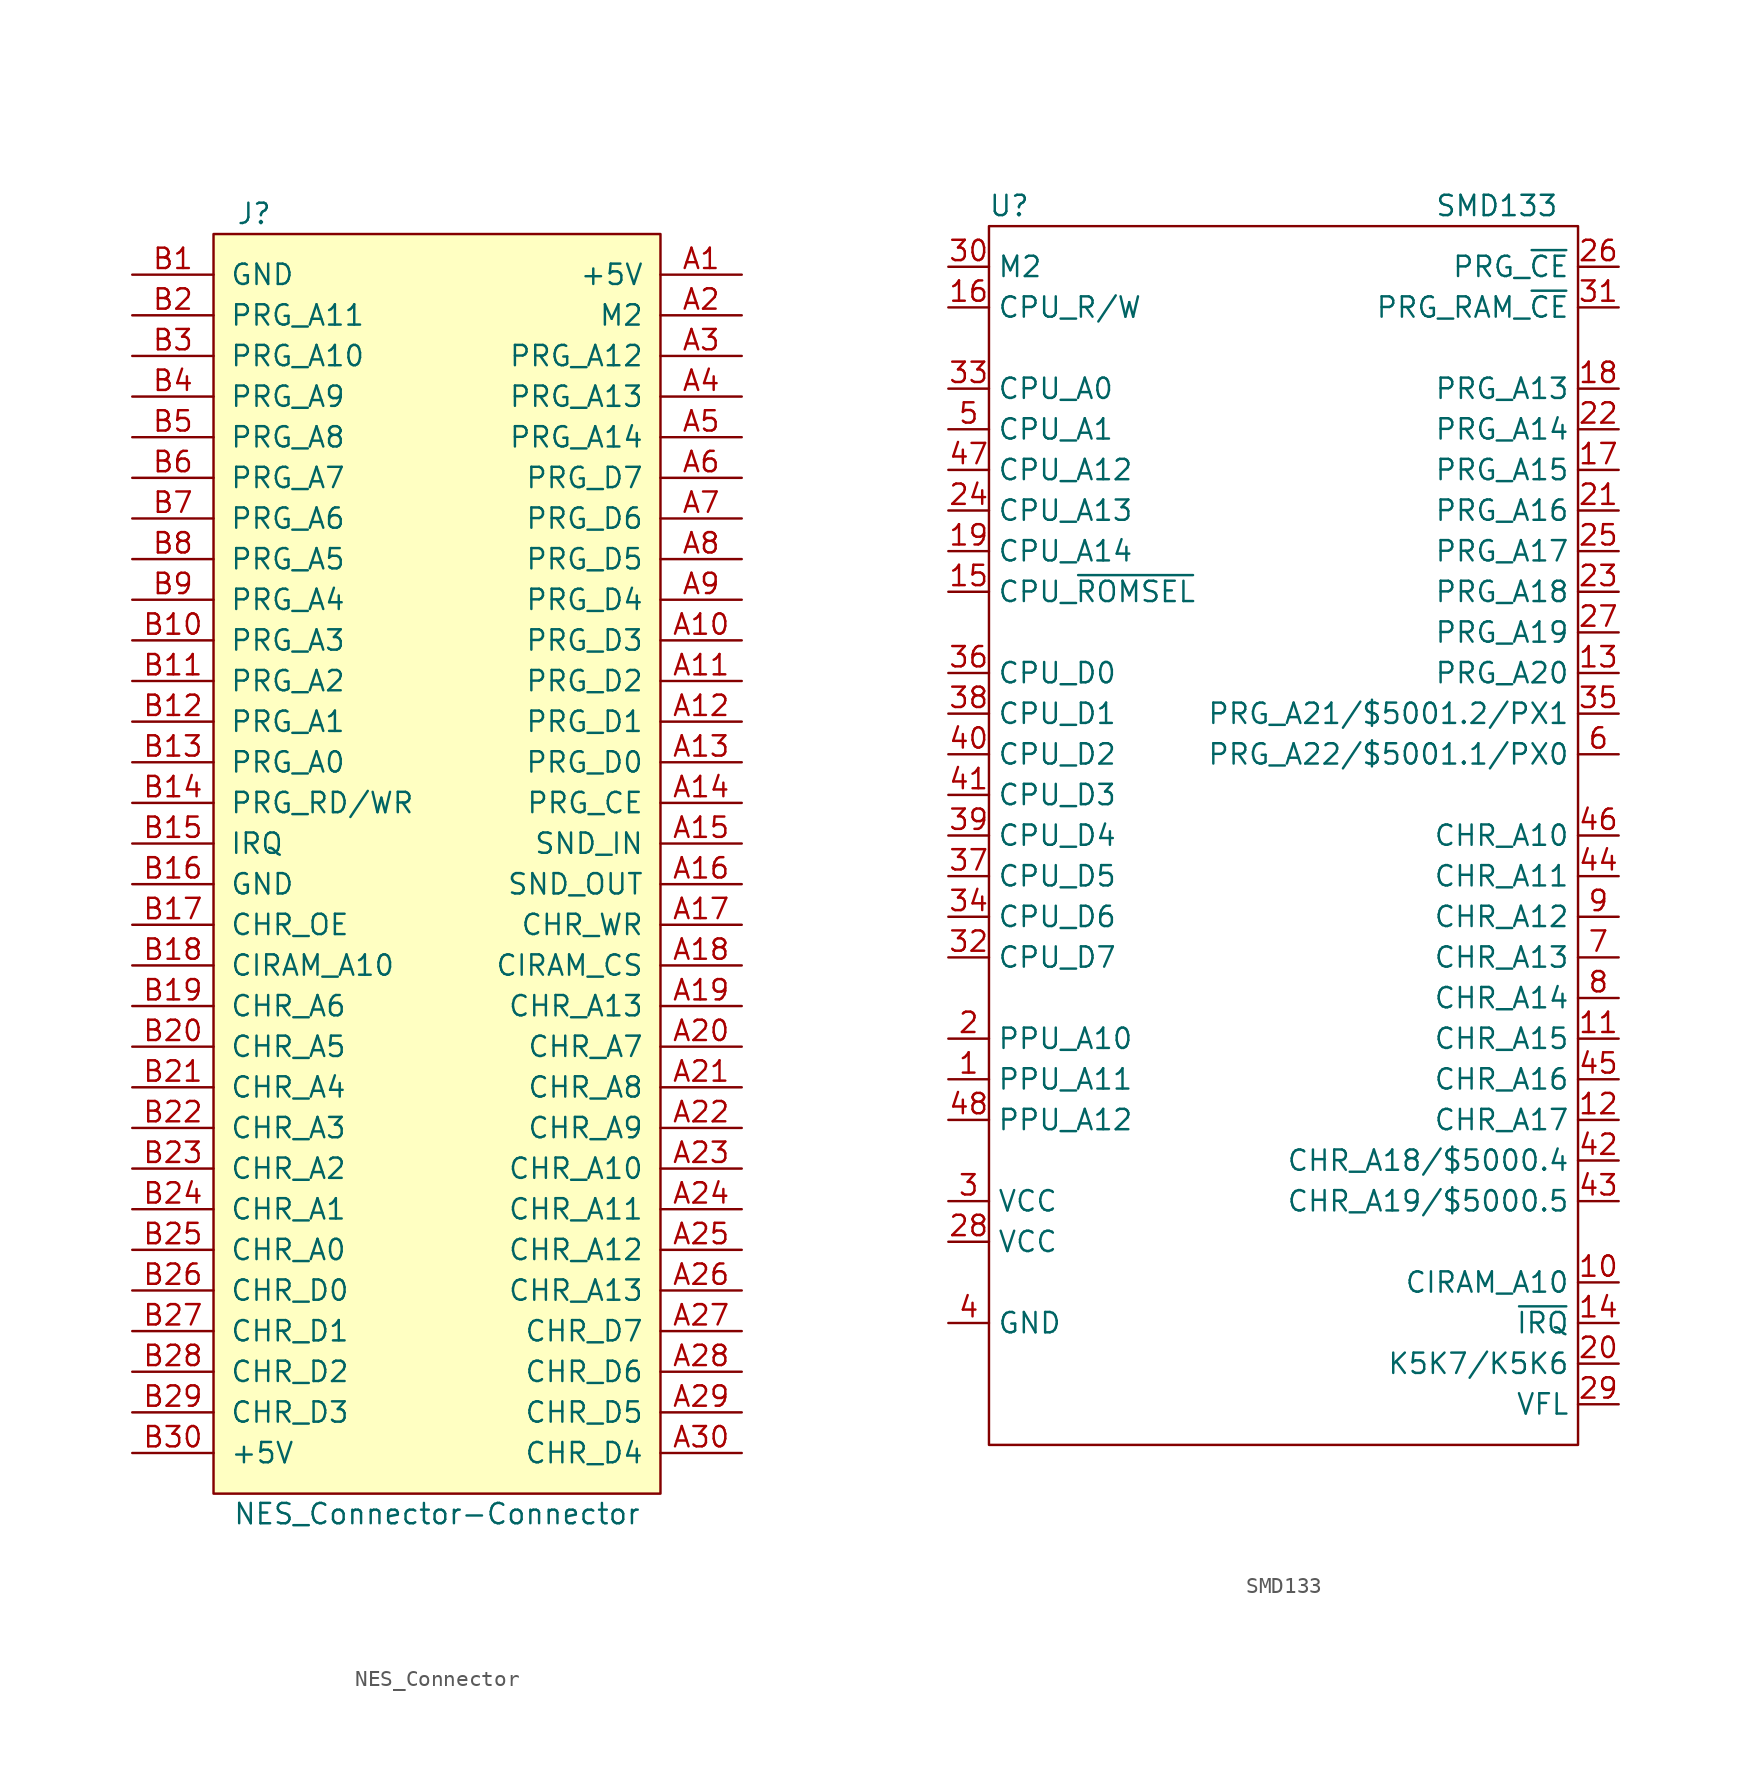
<source format=kicad_sym>
(kicad_symbol_lib
  (version 20231120)
  (generator "kicad_symbol_editor")
  (generator_version "8.0")
  (symbol "NES_Connector"
    (pin_names
      (offset 1.016))
    (property "Reference" "J"
      (at -11.43 30.48 0)
      (effects (font (size 1.27 1.27))))
    (property "Value" "NES_Connector-Connector"
      (at 0 -50.8 0)
      (effects (font (size 1.27 1.27))))
    (symbol "NES_Connector_0_1"
      (rectangle (start -13.97 29.21) (end 13.97 -49.53) (stroke (width 0) (type default)) (fill (type background))))
    (symbol "NES_Connector_1_1"
      (pin power_out line (at 19.05 26.67 180) (length 5.08) (name "+5V" (effects (font (size 1.27 1.27)))) (number "A1" (effects (font (size 1.27 1.27)))))
      (pin passive line (at 19.05 3.81 180) (length 5.08) (name "PRG_D3" (effects (font (size 1.27 1.27)))) (number "A10" (effects (font (size 1.27 1.27)))))
      (pin passive line (at 19.05 1.27 180) (length 5.08) (name "PRG_D2" (effects (font (size 1.27 1.27)))) (number "A11" (effects (font (size 1.27 1.27)))))
      (pin passive line (at 19.05 -1.27 180) (length 5.08) (name "PRG_D1" (effects (font (size 1.27 1.27)))) (number "A12" (effects (font (size 1.27 1.27)))))
      (pin passive line (at 19.05 -3.81 180) (length 5.08) (name "PRG_D0" (effects (font (size 1.27 1.27)))) (number "A13" (effects (font (size 1.27 1.27)))))
      (pin passive line (at 19.05 -6.35 180) (length 5.08) (name "PRG_CE" (effects (font (size 1.27 1.27)))) (number "A14" (effects (font (size 1.27 1.27)))))
      (pin passive line (at 19.05 -8.89 180) (length 5.08) (name "SND_IN" (effects (font (size 1.27 1.27)))) (number "A15" (effects (font (size 1.27 1.27)))))
      (pin passive line (at 19.05 -11.43 180) (length 5.08) (name "SND_OUT" (effects (font (size 1.27 1.27)))) (number "A16" (effects (font (size 1.27 1.27)))))
      (pin passive line (at 19.05 -13.97 180) (length 5.08) (name "CHR_WR" (effects (font (size 1.27 1.27)))) (number "A17" (effects (font (size 1.27 1.27)))))
      (pin passive line (at 19.05 -16.51 180) (length 5.08) (name "CIRAM_CS" (effects (font (size 1.27 1.27)))) (number "A18" (effects (font (size 1.27 1.27)))))
      (pin passive line (at 19.05 -19.05 180) (length 5.08) (name "CHR_A13" (effects (font (size 1.27 1.27)))) (number "A19" (effects (font (size 1.27 1.27)))))
      (pin passive line (at 19.05 24.13 180) (length 5.08) (name "M2" (effects (font (size 1.27 1.27)))) (number "A2" (effects (font (size 1.27 1.27)))))
      (pin passive line (at 19.05 -21.59 180) (length 5.08) (name "CHR_A7" (effects (font (size 1.27 1.27)))) (number "A20" (effects (font (size 1.27 1.27)))))
      (pin passive line (at 19.05 -24.13 180) (length 5.08) (name "CHR_A8" (effects (font (size 1.27 1.27)))) (number "A21" (effects (font (size 1.27 1.27)))))
      (pin passive line (at 19.05 -26.67 180) (length 5.08) (name "CHR_A9" (effects (font (size 1.27 1.27)))) (number "A22" (effects (font (size 1.27 1.27)))))
      (pin passive line (at 19.05 -29.21 180) (length 5.08) (name "CHR_A10" (effects (font (size 1.27 1.27)))) (number "A23" (effects (font (size 1.27 1.27)))))
      (pin passive line (at 19.05 -31.75 180) (length 5.08) (name "CHR_A11" (effects (font (size 1.27 1.27)))) (number "A24" (effects (font (size 1.27 1.27)))))
      (pin passive line (at 19.05 -34.29 180) (length 5.08) (name "CHR_A12" (effects (font (size 1.27 1.27)))) (number "A25" (effects (font (size 1.27 1.27)))))
      (pin passive line (at 19.05 -36.83 180) (length 5.08) (name "CHR_A13" (effects (font (size 1.27 1.27)))) (number "A26" (effects (font (size 1.27 1.27)))))
      (pin passive line (at 19.05 -39.37 180) (length 5.08) (name "CHR_D7" (effects (font (size 1.27 1.27)))) (number "A27" (effects (font (size 1.27 1.27)))))
      (pin passive line (at 19.05 -41.91 180) (length 5.08) (name "CHR_D6" (effects (font (size 1.27 1.27)))) (number "A28" (effects (font (size 1.27 1.27)))))
      (pin passive line (at 19.05 -44.45 180) (length 5.08) (name "CHR_D5" (effects (font (size 1.27 1.27)))) (number "A29" (effects (font (size 1.27 1.27)))))
      (pin passive line (at 19.05 21.59 180) (length 5.08) (name "PRG_A12" (effects (font (size 1.27 1.27)))) (number "A3" (effects (font (size 1.27 1.27)))))
      (pin passive line (at 19.05 -46.99 180) (length 5.08) (name "CHR_D4" (effects (font (size 1.27 1.27)))) (number "A30" (effects (font (size 1.27 1.27)))))
      (pin passive line (at 19.05 19.05 180) (length 5.08) (name "PRG_A13" (effects (font (size 1.27 1.27)))) (number "A4" (effects (font (size 1.27 1.27)))))
      (pin passive line (at 19.05 16.51 180) (length 5.08) (name "PRG_A14" (effects (font (size 1.27 1.27)))) (number "A5" (effects (font (size 1.27 1.27)))))
      (pin passive line (at 19.05 13.97 180) (length 5.08) (name "PRG_D7" (effects (font (size 1.27 1.27)))) (number "A6" (effects (font (size 1.27 1.27)))))
      (pin passive line (at 19.05 11.43 180) (length 5.08) (name "PRG_D6" (effects (font (size 1.27 1.27)))) (number "A7" (effects (font (size 1.27 1.27)))))
      (pin passive line (at 19.05 8.89 180) (length 5.08) (name "PRG_D5" (effects (font (size 1.27 1.27)))) (number "A8" (effects (font (size 1.27 1.27)))))
      (pin passive line (at 19.05 6.35 180) (length 5.08) (name "PRG_D4" (effects (font (size 1.27 1.27)))) (number "A9" (effects (font (size 1.27 1.27)))))
      (pin power_out line (at -19.05 26.67 0) (length 5.08) (name "GND" (effects (font (size 1.27 1.27)))) (number "B1" (effects (font (size 1.27 1.27)))))
      (pin passive line (at -19.05 3.81 0) (length 5.08) (name "PRG_A3" (effects (font (size 1.27 1.27)))) (number "B10" (effects (font (size 1.27 1.27)))))
      (pin passive line (at -19.05 1.27 0) (length 5.08) (name "PRG_A2" (effects (font (size 1.27 1.27)))) (number "B11" (effects (font (size 1.27 1.27)))))
      (pin passive line (at -19.05 -1.27 0) (length 5.08) (name "PRG_A1" (effects (font (size 1.27 1.27)))) (number "B12" (effects (font (size 1.27 1.27)))))
      (pin passive line (at -19.05 -3.81 0) (length 5.08) (name "PRG_A0" (effects (font (size 1.27 1.27)))) (number "B13" (effects (font (size 1.27 1.27)))))
      (pin passive line (at -19.05 -6.35 0) (length 5.08) (name "PRG_RD/WR" (effects (font (size 1.27 1.27)))) (number "B14" (effects (font (size 1.27 1.27)))))
      (pin passive line (at -19.05 -8.89 0) (length 5.08) (name "IRQ" (effects (font (size 1.27 1.27)))) (number "B15" (effects (font (size 1.27 1.27)))))
      (pin passive line (at -19.05 -11.43 0) (length 5.08) (name "GND" (effects (font (size 1.27 1.27)))) (number "B16" (effects (font (size 1.27 1.27)))))
      (pin passive line (at -19.05 -13.97 0) (length 5.08) (name "CHR_OE" (effects (font (size 1.27 1.27)))) (number "B17" (effects (font (size 1.27 1.27)))))
      (pin passive line (at -19.05 -16.51 0) (length 5.08) (name "CIRAM_A10" (effects (font (size 1.27 1.27)))) (number "B18" (effects (font (size 1.27 1.27)))))
      (pin passive line (at -19.05 -19.05 0) (length 5.08) (name "CHR_A6" (effects (font (size 1.27 1.27)))) (number "B19" (effects (font (size 1.27 1.27)))))
      (pin passive line (at -19.05 24.13 0) (length 5.08) (name "PRG_A11" (effects (font (size 1.27 1.27)))) (number "B2" (effects (font (size 1.27 1.27)))))
      (pin passive line (at -19.05 -21.59 0) (length 5.08) (name "CHR_A5" (effects (font (size 1.27 1.27)))) (number "B20" (effects (font (size 1.27 1.27)))))
      (pin passive line (at -19.05 -24.13 0) (length 5.08) (name "CHR_A4" (effects (font (size 1.27 1.27)))) (number "B21" (effects (font (size 1.27 1.27)))))
      (pin passive line (at -19.05 -26.67 0) (length 5.08) (name "CHR_A3" (effects (font (size 1.27 1.27)))) (number "B22" (effects (font (size 1.27 1.27)))))
      (pin passive line (at -19.05 -29.21 0) (length 5.08) (name "CHR_A2" (effects (font (size 1.27 1.27)))) (number "B23" (effects (font (size 1.27 1.27)))))
      (pin passive line (at -19.05 -31.75 0) (length 5.08) (name "CHR_A1" (effects (font (size 1.27 1.27)))) (number "B24" (effects (font (size 1.27 1.27)))))
      (pin passive line (at -19.05 -34.29 0) (length 5.08) (name "CHR_A0" (effects (font (size 1.27 1.27)))) (number "B25" (effects (font (size 1.27 1.27)))))
      (pin passive line (at -19.05 -36.83 0) (length 5.08) (name "CHR_D0" (effects (font (size 1.27 1.27)))) (number "B26" (effects (font (size 1.27 1.27)))))
      (pin passive line (at -19.05 -39.37 0) (length 5.08) (name "CHR_D1" (effects (font (size 1.27 1.27)))) (number "B27" (effects (font (size 1.27 1.27)))))
      (pin passive line (at -19.05 -41.91 0) (length 5.08) (name "CHR_D2" (effects (font (size 1.27 1.27)))) (number "B28" (effects (font (size 1.27 1.27)))))
      (pin passive line (at -19.05 -44.45 0) (length 5.08) (name "CHR_D3" (effects (font (size 1.27 1.27)))) (number "B29" (effects (font (size 1.27 1.27)))))
      (pin passive line (at -19.05 21.59 0) (length 5.08) (name "PRG_A10" (effects (font (size 1.27 1.27)))) (number "B3" (effects (font (size 1.27 1.27)))))
      (pin passive line (at -19.05 -46.99 0) (length 5.08) (name "+5V" (effects (font (size 1.27 1.27)))) (number "B30" (effects (font (size 1.27 1.27)))))
      (pin passive line (at -19.05 19.05 0) (length 5.08) (name "PRG_A9" (effects (font (size 1.27 1.27)))) (number "B4" (effects (font (size 1.27 1.27)))))
      (pin passive line (at -19.05 16.51 0) (length 5.08) (name "PRG_A8" (effects (font (size 1.27 1.27)))) (number "B5" (effects (font (size 1.27 1.27)))))
      (pin passive line (at -19.05 13.97 0) (length 5.08) (name "PRG_A7" (effects (font (size 1.27 1.27)))) (number "B6" (effects (font (size 1.27 1.27)))))
      (pin passive line (at -19.05 11.43 0) (length 5.08) (name "PRG_A6" (effects (font (size 1.27 1.27)))) (number "B7" (effects (font (size 1.27 1.27)))))
      (pin passive line (at -19.05 8.89 0) (length 5.08) (name "PRG_A5" (effects (font (size 1.27 1.27)))) (number "B8" (effects (font (size 1.27 1.27)))))
      (pin passive line (at -19.05 6.35 0) (length 5.08) (name "PRG_A4" (effects (font (size 1.27 1.27)))) (number "B9" (effects (font (size 1.27 1.27)))))))
  (symbol "SMD133"
    (property "Reference" "U"
      (at -17.78 36.83 0)
      (effects (font (size 1.27 1.27))))
    (property "Value" "SMD133"
      (at 12.7 36.83 0)
      (effects (font (size 1.27 1.27))))
    (symbol "SMD133_0_1"
      (rectangle (start -19.05 35.56) (end 17.78 -40.64) (stroke (width 0) (type default)) (fill (type none))))
    (symbol "SMD133_1_1"
      (pin input line (at -21.59 -17.78 0) (length 2.54) (name "PPU_A11" (effects (font (size 1.27 1.27)))) (number "1" (effects (font (size 1.27 1.27)))))
      (pin input line (at 20.32 -30.48 180) (length 2.54) (name "CIRAM_A10" (effects (font (size 1.27 1.27)))) (number "10" (effects (font (size 1.27 1.27)))))
      (pin output line (at 20.32 -15.24 180) (length 2.54) (name "CHR_A15" (effects (font (size 1.27 1.27)))) (number "11" (effects (font (size 1.27 1.27)))))
      (pin output line (at 20.32 -20.32 180) (length 2.54) (name "CHR_A17" (effects (font (size 1.27 1.27)))) (number "12" (effects (font (size 1.27 1.27)))))
      (pin output line (at 20.32 7.62 180) (length 2.54) (name "PRG_A20" (effects (font (size 1.27 1.27)))) (number "13" (effects (font (size 1.27 1.27)))))
      (pin input line (at 20.32 -33.02 180) (length 2.54) (name "~{IRQ}" (effects (font (size 1.27 1.27)))) (number "14" (effects (font (size 1.27 1.27)))))
      (pin input line (at -21.59 12.7 0) (length 2.54) (name "CPU_~{ROMSEL}" (effects (font (size 1.27 1.27)))) (number "15" (effects (font (size 1.27 1.27)))))
      (pin input line (at -21.59 30.48 0) (length 2.54) (name "CPU_R/W" (effects (font (size 1.27 1.27)))) (number "16" (effects (font (size 1.27 1.27)))))
      (pin output line (at 20.32 20.32 180) (length 2.54) (name "PRG_A15" (effects (font (size 1.27 1.27)))) (number "17" (effects (font (size 1.27 1.27)))))
      (pin output line (at 20.32 25.4 180) (length 2.54) (name "PRG_A13" (effects (font (size 1.27 1.27)))) (number "18" (effects (font (size 1.27 1.27)))))
      (pin input line (at -21.59 15.24 0) (length 2.54) (name "CPU_A14" (effects (font (size 1.27 1.27)))) (number "19" (effects (font (size 1.27 1.27)))))
      (pin input line (at -21.59 -15.24 0) (length 2.54) (name "PPU_A10" (effects (font (size 1.27 1.27)))) (number "2" (effects (font (size 1.27 1.27)))))
      (pin input line (at 20.32 -35.56 180) (length 2.54) (name "K5K7/K5K6" (effects (font (size 1.27 1.27)))) (number "20" (effects (font (size 1.27 1.27)))))
      (pin output line (at 20.32 17.78 180) (length 2.54) (name "PRG_A16" (effects (font (size 1.27 1.27)))) (number "21" (effects (font (size 1.27 1.27)))))
      (pin output line (at 20.32 22.86 180) (length 2.54) (name "PRG_A14" (effects (font (size 1.27 1.27)))) (number "22" (effects (font (size 1.27 1.27)))))
      (pin output line (at 20.32 12.7 180) (length 2.54) (name "PRG_A18" (effects (font (size 1.27 1.27)))) (number "23" (effects (font (size 1.27 1.27)))))
      (pin input line (at -21.59 17.78 0) (length 2.54) (name "CPU_A13" (effects (font (size 1.27 1.27)))) (number "24" (effects (font (size 1.27 1.27)))))
      (pin output line (at 20.32 15.24 180) (length 2.54) (name "PRG_A17" (effects (font (size 1.27 1.27)))) (number "25" (effects (font (size 1.27 1.27)))))
      (pin output line (at 20.32 33.02 180) (length 2.54) (name "PRG_~{CE}" (effects (font (size 1.27 1.27)))) (number "26" (effects (font (size 1.27 1.27)))))
      (pin output line (at 20.32 10.16 180) (length 2.54) (name "PRG_A19" (effects (font (size 1.27 1.27)))) (number "27" (effects (font (size 1.27 1.27)))))
      (pin power_in line (at -21.59 -27.94 0) (length 2.54) (name "VCC" (effects (font (size 1.27 1.27)))) (number "28" (effects (font (size 1.27 1.27)))))
      (pin input line (at 20.32 -38.1 180) (length 2.54) (name "VFL" (effects (font (size 1.27 1.27)))) (number "29" (effects (font (size 1.27 1.27)))))
      (pin power_in line (at -21.59 -25.4 0) (length 2.54) (name "VCC" (effects (font (size 1.27 1.27)))) (number "3" (effects (font (size 1.27 1.27)))))
      (pin input line (at -21.59 33.02 0) (length 2.54) (name "M2" (effects (font (size 1.27 1.27)))) (number "30" (effects (font (size 1.27 1.27)))))
      (pin output line (at 20.32 30.48 180) (length 2.54) (name "PRG_RAM_~{CE}" (effects (font (size 1.27 1.27)))) (number "31" (effects (font (size 1.27 1.27)))))
      (pin bidirectional line (at -21.59 -10.16 0) (length 2.54) (name "CPU_D7" (effects (font (size 1.27 1.27)))) (number "32" (effects (font (size 1.27 1.27)))))
      (pin input line (at -21.59 25.4 0) (length 2.54) (name "CPU_A0" (effects (font (size 1.27 1.27)))) (number "33" (effects (font (size 1.27 1.27)))))
      (pin bidirectional line (at -21.59 -7.62 0) (length 2.54) (name "CPU_D6" (effects (font (size 1.27 1.27)))) (number "34" (effects (font (size 1.27 1.27)))))
      (pin output line (at 20.32 5.08 180) (length 2.54) (name "PRG_A21/$5001.2/PX1" (effects (font (size 1.27 1.27)))) (number "35" (effects (font (size 1.27 1.27)))))
      (pin bidirectional line (at -21.59 7.62 0) (length 2.54) (name "CPU_D0" (effects (font (size 1.27 1.27)))) (number "36" (effects (font (size 1.27 1.27)))))
      (pin bidirectional line (at -21.59 -5.08 0) (length 2.54) (name "CPU_D5" (effects (font (size 1.27 1.27)))) (number "37" (effects (font (size 1.27 1.27)))))
      (pin bidirectional line (at -21.59 5.08 0) (length 2.54) (name "CPU_D1" (effects (font (size 1.27 1.27)))) (number "38" (effects (font (size 1.27 1.27)))))
      (pin bidirectional line (at -21.59 -2.54 0) (length 2.54) (name "CPU_D4" (effects (font (size 1.27 1.27)))) (number "39" (effects (font (size 1.27 1.27)))))
      (pin power_in line (at -21.59 -33.02 0) (length 2.54) (name "GND" (effects (font (size 1.27 1.27)))) (number "4" (effects (font (size 1.27 1.27)))))
      (pin bidirectional line (at -21.59 2.54 0) (length 2.54) (name "CPU_D2" (effects (font (size 1.27 1.27)))) (number "40" (effects (font (size 1.27 1.27)))))
      (pin bidirectional line (at -21.59 0 0) (length 2.54) (name "CPU_D3" (effects (font (size 1.27 1.27)))) (number "41" (effects (font (size 1.27 1.27)))))
      (pin output line (at 20.32 -22.86 180) (length 2.54) (name "CHR_A18/$5000.4" (effects (font (size 1.27 1.27)))) (number "42" (effects (font (size 1.27 1.27)))))
      (pin output line (at 20.32 -25.4 180) (length 2.54) (name "CHR_A19/$5000.5" (effects (font (size 1.27 1.27)))) (number "43" (effects (font (size 1.27 1.27)))))
      (pin output line (at 20.32 -5.08 180) (length 2.54) (name "CHR_A11" (effects (font (size 1.27 1.27)))) (number "44" (effects (font (size 1.27 1.27)))))
      (pin output line (at 20.32 -17.78 180) (length 2.54) (name "CHR_A16" (effects (font (size 1.27 1.27)))) (number "45" (effects (font (size 1.27 1.27)))))
      (pin output line (at 20.32 -2.54 180) (length 2.54) (name "CHR_A10" (effects (font (size 1.27 1.27)))) (number "46" (effects (font (size 1.27 1.27)))))
      (pin input line (at -21.59 20.32 0) (length 2.54) (name "CPU_A12" (effects (font (size 1.27 1.27)))) (number "47" (effects (font (size 1.27 1.27)))))
      (pin input line (at -21.59 -20.32 0) (length 2.54) (name "PPU_A12" (effects (font (size 1.27 1.27)))) (number "48" (effects (font (size 1.27 1.27)))))
      (pin input line (at -21.59 22.86 0) (length 2.54) (name "CPU_A1" (effects (font (size 1.27 1.27)))) (number "5" (effects (font (size 1.27 1.27)))))
      (pin output line (at 20.32 2.54 180) (length 2.54) (name "PRG_A22/$5001.1/PX0" (effects (font (size 1.27 1.27)))) (number "6" (effects (font (size 1.27 1.27)))))
      (pin output line (at 20.32 -10.16 180) (length 2.54) (name "CHR_A13" (effects (font (size 1.27 1.27)))) (number "7" (effects (font (size 1.27 1.27)))))
      (pin output line (at 20.32 -12.7 180) (length 2.54) (name "CHR_A14" (effects (font (size 1.27 1.27)))) (number "8" (effects (font (size 1.27 1.27)))))
      (pin output line (at 20.32 -7.62 180) (length 2.54) (name "CHR_A12" (effects (font (size 1.27 1.27)))) (number "9" (effects (font (size 1.27 1.27))))))))
</source>
